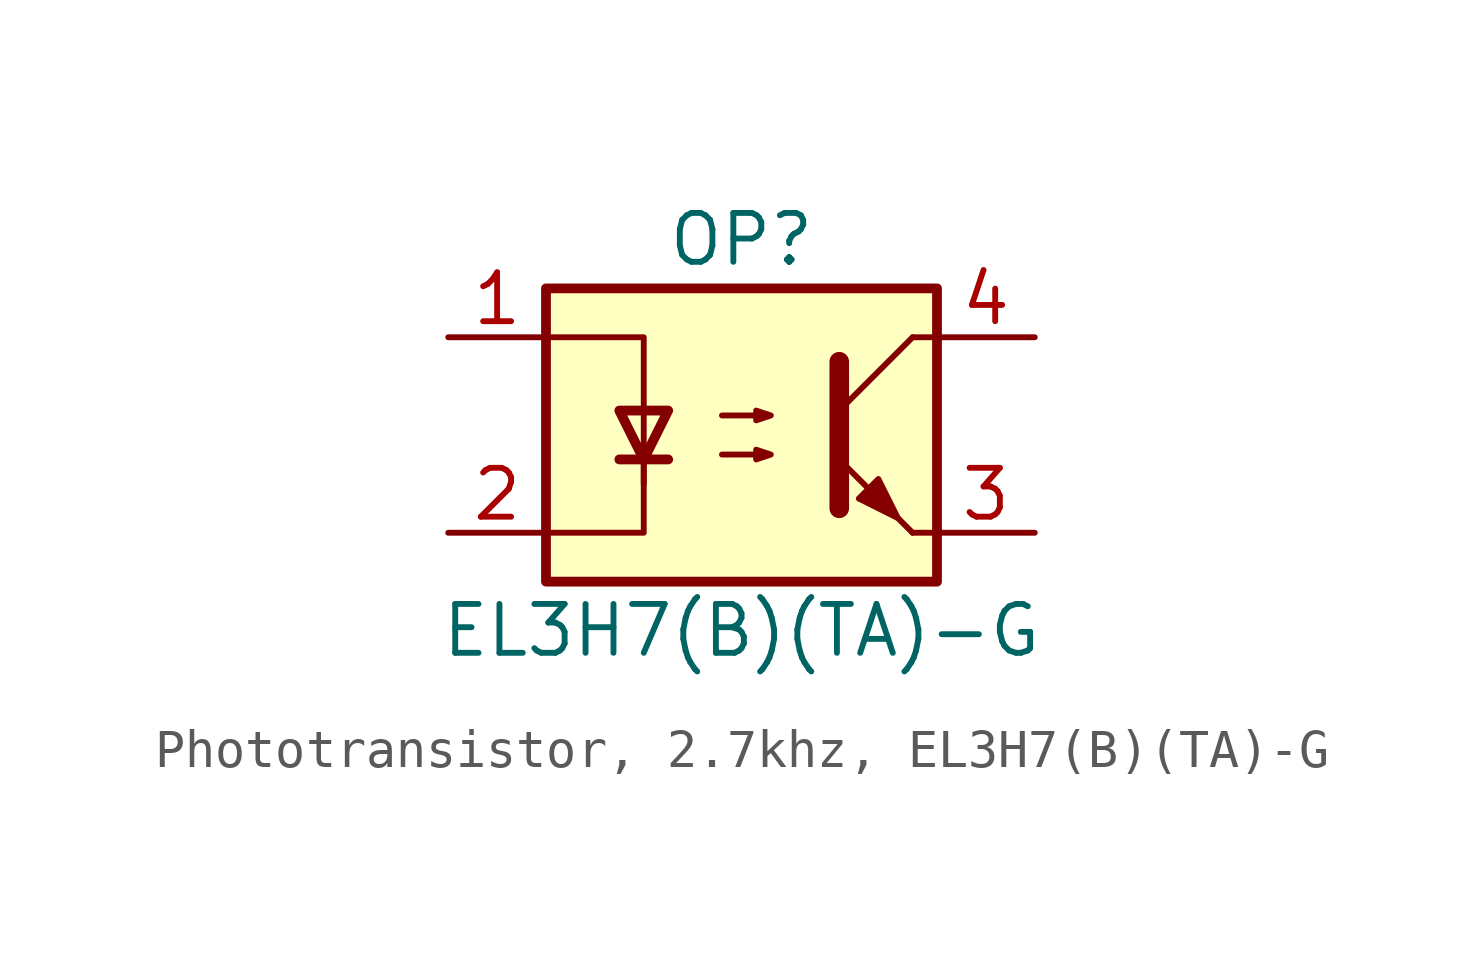
<source format=kicad_sym>
(kicad_symbol_lib
  (version 20231120)
  (generator "CDFER_Archive_Tool")
  (generator_version "0.0")
  (symbol "Phototransistor, 2.7khz, EL3H7(B)(TA)-G"
    (property "Reference" "OP"
      (at 0 5.08 0)
      (effects (font (size 1.27 1.27))))
    (property "Value" "EL3H7(B)(TA)-G"
      (at 0 -5.08 0)
      (effects (font (size 1.27 1.27))))
    (symbol "Phototransistor, 2.7khz, EL3H7(B)(TA)-G_0_1"
      (rectangle (start -5.08 3.81) (end 5.08 -3.81) (stroke (width 0.254) (type default)) (fill (type background)))
      (polyline (pts (xy -3.175 -0.635) (xy -1.905 -0.635)) (stroke (width 0.254) (type default)) (fill (type none)))
      (polyline (pts (xy 2.54 0.635) (xy 4.445 2.54)) (stroke (width 0) (type default)) (fill (type none)))
      (polyline (pts (xy 4.445 -2.54) (xy 2.54 -0.635)) (stroke (width 0) (type default)) (fill (type outline)))
      (polyline (pts (xy 4.445 -2.54) (xy 5.08 -2.54)) (stroke (width 0) (type default)) (fill (type none)))
      (polyline (pts (xy 4.445 2.54) (xy 5.08 2.54)) (stroke (width 0) (type default)) (fill (type none)))
      (polyline (pts (xy -2.54 -0.635) (xy -2.54 -2.54) (xy -5.08 -2.54)) (stroke (width 0) (type default)) (fill (type none)))
      (polyline (pts (xy 2.54 1.905) (xy 2.54 -1.905) (xy 2.54 -1.905)) (stroke (width 0.508) (type default)) (fill (type none)))
      (polyline (pts (xy -5.08 2.54) (xy -2.54 2.54) (xy -2.54 -1.27) (xy -2.54 0.635)) (stroke (width 0) (type default)) (fill (type none)))
      (polyline (pts (xy -2.54 -0.635) (xy -3.175 0.635) (xy -1.905 0.635) (xy -2.54 -0.635)) (stroke (width 0.254) (type default)) (fill (type none)))
      (polyline (pts (xy -0.508 -0.508) (xy 0.762 -0.508) (xy 0.381 -0.635) (xy 0.381 -0.381) (xy 0.762 -0.508)) (stroke (width 0) (type default)) (fill (type none)))
      (polyline (pts (xy -0.508 0.508) (xy 0.762 0.508) (xy 0.381 0.381) (xy 0.381 0.635) (xy 0.762 0.508)) (stroke (width 0) (type default)) (fill (type none)))
      (polyline (pts (xy 3.048 -1.651) (xy 3.556 -1.143) (xy 4.064 -2.159) (xy 3.048 -1.651) (xy 3.048 -1.651)) (stroke (width 0) (type default)) (fill (type outline))))
    (symbol "Phototransistor, 2.7khz, EL3H7(B)(TA)-G_1_1"
      (pin passive line (at -7.62 2.54 0) (length 2.54) (name "~" (effects (font (size 1.27 1.27)))) (number "1" (effects (font (size 1.27 1.27)))))
      (pin passive line (at -7.62 -2.54 0) (length 2.54) (name "~" (effects (font (size 1.27 1.27)))) (number "2" (effects (font (size 1.27 1.27)))))
      (pin passive line (at 7.62 -2.54 180) (length 2.54) (name "~" (effects (font (size 1.27 1.27)))) (number "3" (effects (font (size 1.27 1.27)))))
      (pin passive line (at 7.62 2.54 180) (length 2.54) (name "~" (effects (font (size 1.27 1.27)))) (number "4" (effects (font (size 1.27 1.27))))))))
</source>
